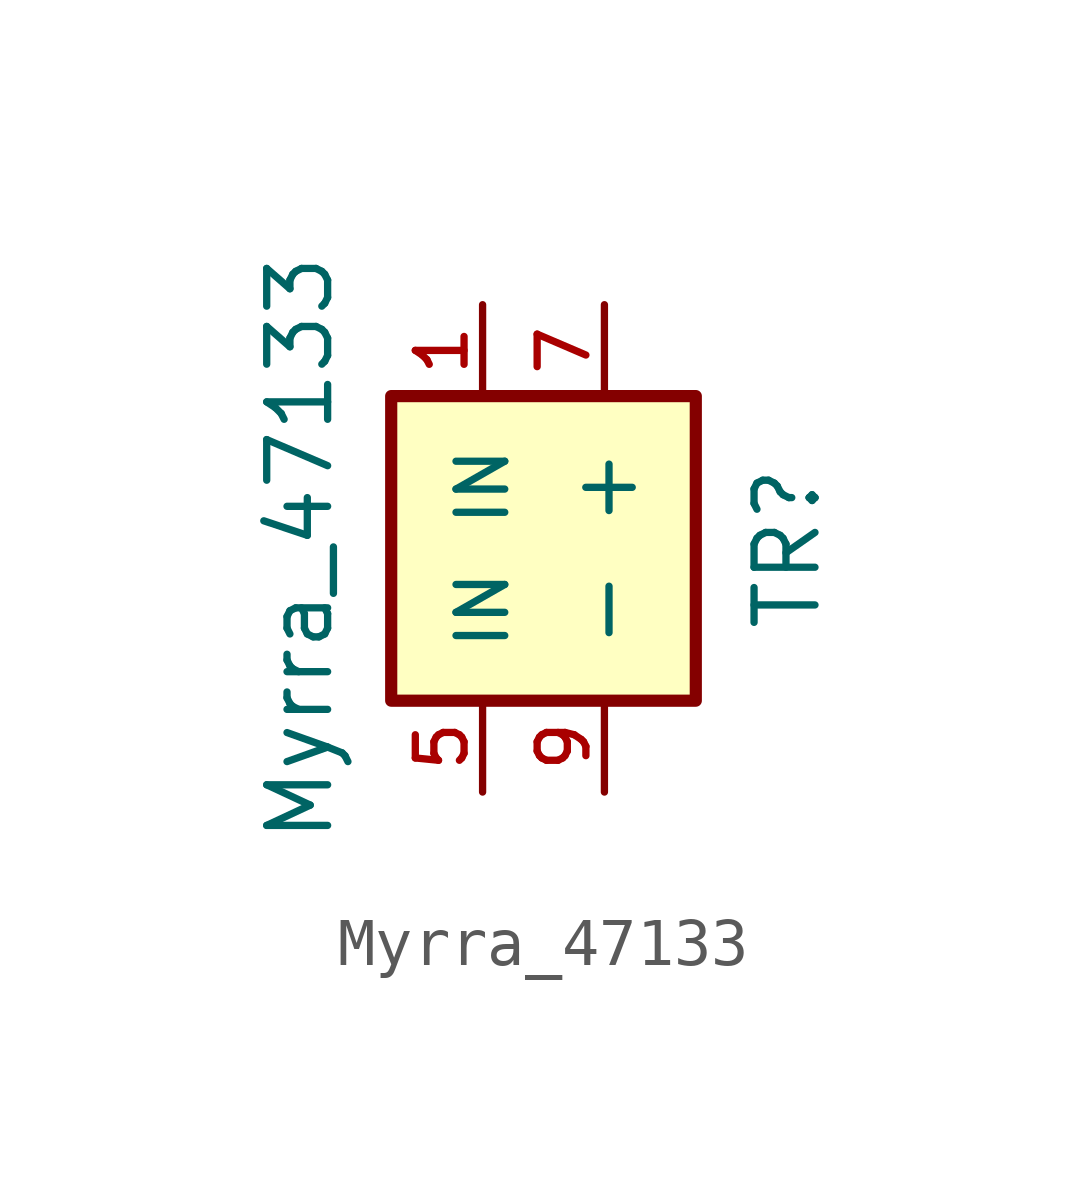
<source format=kicad_sym>
(kicad_symbol_lib
  (version 20231120)
  (generator "kicad_symbol_editor")
  (generator_version "8.0")
  (symbol "Myrra_47133"
    (pin_names
      (offset 1.016))
    (property "Reference" "TR"
      (at 5.08 0 90)
      (effects (font (size 1.27 1.27))))
    (property "Value" "Myrra_47133"
      (at -5.08 0 90)
      (effects (font (size 1.27 1.27))))
    (symbol "Myrra_47133_0_1"
      (rectangle (start -3.175 3.175) (end 3.175 -3.175) (stroke (width 0.254) (type default)) (fill (type background))))
    (symbol "Myrra_47133_1_1"
      (pin passive line (at -1.27 5.08 270) (length 1.905) (name "IN" (effects (font (size 1.016 1.016)))) (number "1" (effects (font (size 1.016 1.016)))))
      (pin passive line (at -1.27 -5.08 90) (length 1.905) (name "IN" (effects (font (size 1.016 1.016)))) (number "5" (effects (font (size 1.016 1.016)))))
      (pin passive line (at 1.27 5.08 270) (length 1.905) (name "+" (effects (font (size 1.27 1.27)))) (number "7" (effects (font (size 1.016 1.016)))))
      (pin passive line (at 1.27 -5.08 90) (length 1.905) (name "-" (effects (font (size 1.27 1.27)))) (number "9" (effects (font (size 1.016 1.016))))))))
</source>
